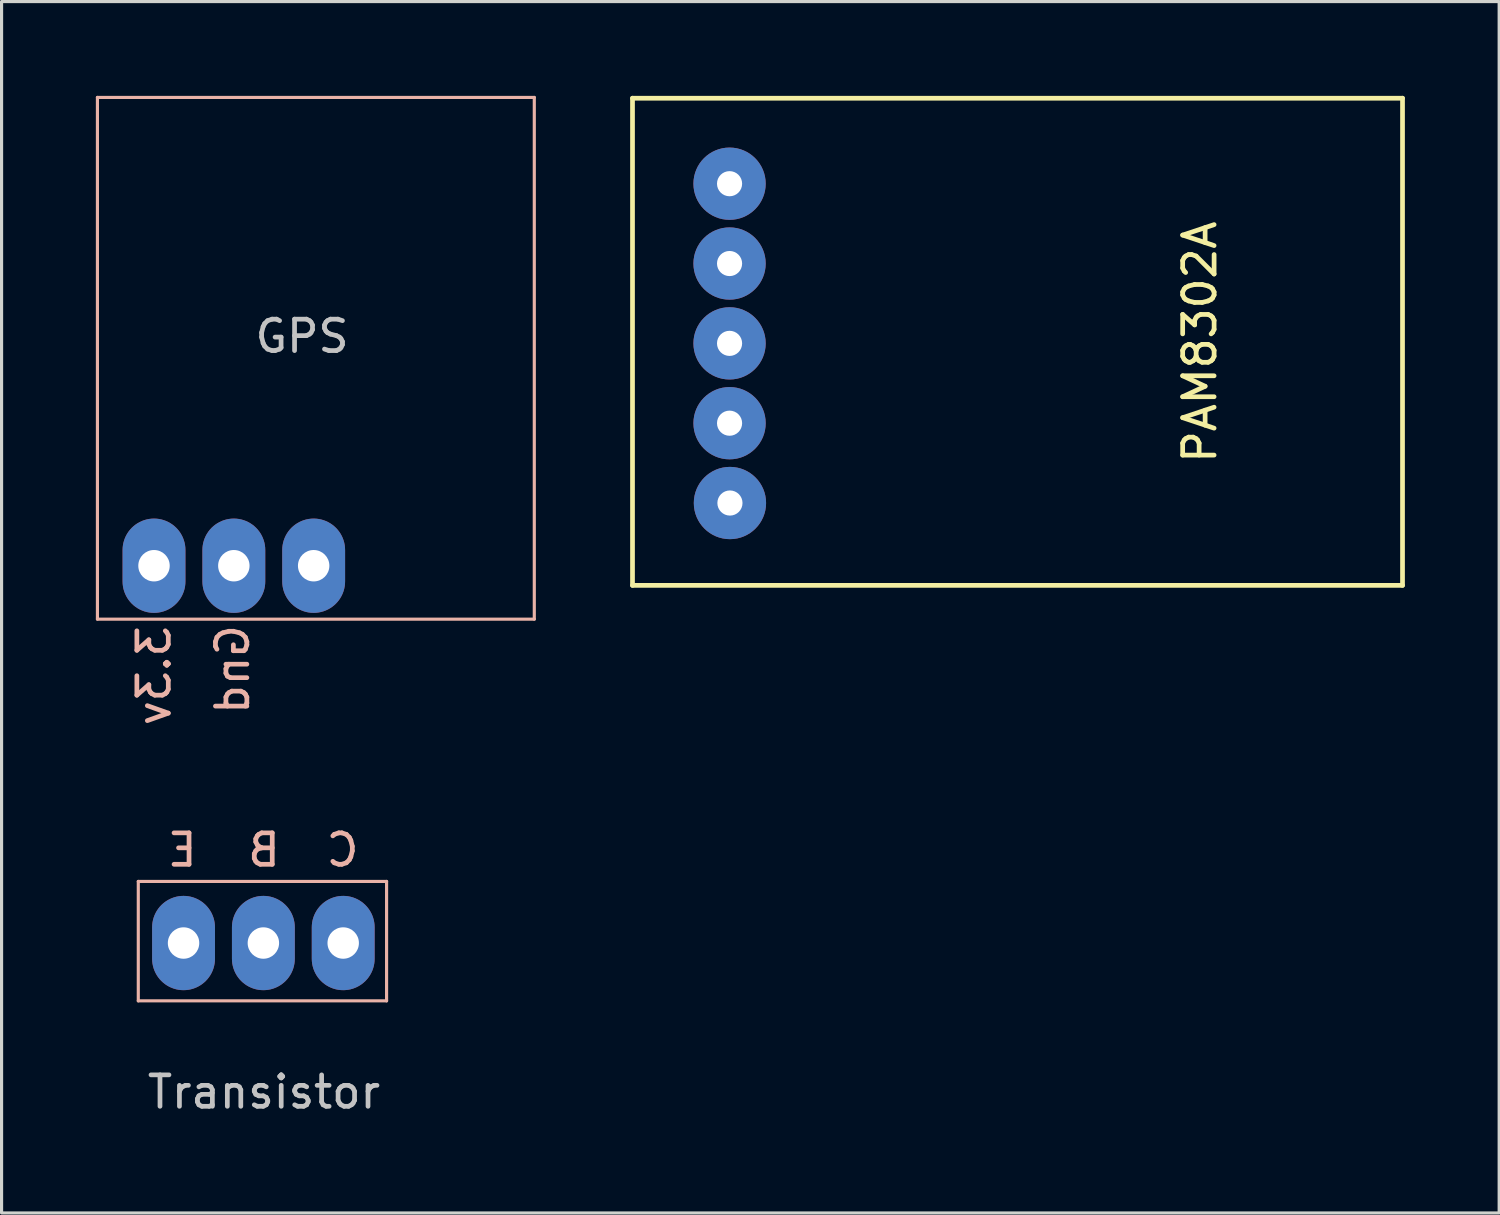
<source format=kicad_pcb>
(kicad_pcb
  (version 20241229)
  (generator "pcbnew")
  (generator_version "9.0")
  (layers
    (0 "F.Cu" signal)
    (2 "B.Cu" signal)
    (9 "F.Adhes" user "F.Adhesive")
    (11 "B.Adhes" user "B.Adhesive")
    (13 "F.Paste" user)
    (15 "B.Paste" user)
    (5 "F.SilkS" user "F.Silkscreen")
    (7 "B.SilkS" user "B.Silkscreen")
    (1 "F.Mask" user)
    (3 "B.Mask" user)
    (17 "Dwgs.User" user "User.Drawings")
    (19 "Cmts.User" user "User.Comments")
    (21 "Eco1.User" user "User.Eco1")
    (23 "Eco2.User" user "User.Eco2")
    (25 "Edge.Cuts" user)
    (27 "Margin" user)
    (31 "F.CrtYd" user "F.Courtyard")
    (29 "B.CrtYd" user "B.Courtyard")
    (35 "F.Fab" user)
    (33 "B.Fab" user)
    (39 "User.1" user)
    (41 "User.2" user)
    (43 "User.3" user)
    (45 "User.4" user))
  (footprint "GPS"
    (layer "F.Cu")
    (at 1.85 14.95)
    (property "Reference" "GPS" (at 4.71 -7.3 0) (layer "Dwgs.User") (effects (font (size 1 1) (thickness 0.15))))
    (attr through_hole)
    (fp_line (start -1.8 -14.9) (end 12.1 -14.9) (stroke (width 0.1) (type solid)) (layer "B.SilkS"))
    (fp_line (start -1.8 1.7) (end -1.8 -14.9) (stroke (width 0.1) (type solid)) (layer "B.SilkS"))
    (fp_line (start 12.1 -14.9) (end 12.1 1.7) (stroke (width 0.1) (type solid)) (layer "B.SilkS"))
    (fp_line (start 12.1 1.7) (end -1.8 1.7) (stroke (width 0.1) (type solid)) (layer "B.SilkS"))
    (fp_text user "Gnd" (at 2.5 3.3 90) (layer "B.SilkS") (effects (font (size 1 1) (thickness 0.15)) (justify mirror)))
    (fp_text user "3.3v" (at 0 3.5 90) (layer "B.SilkS") (effects (font (size 1 1) (thickness 0.15)) (justify mirror)))
    (pad "1" thru_hole oval (at 0 0) (size 2 3) (drill 1) (layers "*.Cu" "*.Paste" "*.Mask"))
    (pad "2" thru_hole oval (at 2.54 0) (size 2 3) (drill 1) (layers "*.Cu" "*.Paste" "*.Mask"))
    (pad "3" thru_hole oval (at 5.08 0) (size 2 3) (drill 1) (layers "*.Cu" "*.Paste" "*.Mask")))
  (footprint "PAM8302A"
    (layer "F.Cu")
    (at 28.875 7.875)
    (property "Reference" "PAM8302A" (at 6.25 -0.04 90) (layer "F.SilkS") (effects (font (size 1 1) (thickness 0.15))))
    (attr through_hole)
    (fp_line (start -11.8 -7.8) (end -11.8 7.7) (stroke (width 0.15) (type solid)) (layer "F.SilkS"))
    (fp_line (start 12.7 -7.8) (end -11.8 -7.8) (stroke (width 0.15) (type solid)) (layer "F.SilkS"))
    (fp_line (start 12.7 -7.8) (end 12.7 7.7) (stroke (width 0.15) (type solid)) (layer "F.SilkS"))
    (fp_line (start 12.7 7.7) (end -11.8 7.7) (stroke (width 0.15) (type solid)) (layer "F.SilkS"))
    (pad "1" thru_hole circle (at -8.712 0) (size 2.3 2.3) (drill 0.8) (layers "*.Cu" "*.Paste" "*.Mask"))
    (pad "3" thru_hole circle (at -8.712 -5.08) (size 2.3 2.3) (drill 0.8) (layers "*.Cu" "*.Paste" "*.Mask"))
    (pad "4" thru_hole circle (at -8.712 -2.54) (size 2.3 2.3) (drill 0.8) (layers "*.Cu" "*.Paste" "*.Mask"))
    (pad "6" thru_hole circle (at -8.712 2.54) (size 2.3 2.3) (drill 0.8) (layers "*.Cu" "*.Paste" "*.Mask"))
    (pad "7" thru_hole circle (at -8.7 5.08) (size 2.3 2.3) (drill 0.8) (layers "*.Cu" "*.Paste" "*.Mask")))
  (footprint "Transistor"
    (layer "F.Cu")
    (at 0.25 29.495)
    (property "Reference" "Transistor" (at 5.1 2.2 0) (layer "Dwgs.User") (effects (font (size 1 1) (thickness 0.15))))
    (attr through_hole)
    (fp_line (start 1.1 -4.5) (end 9 -4.5) (stroke (width 0.1) (type solid)) (layer "B.SilkS"))
    (fp_line (start 1.1 -0.7) (end 1.1 -4.5) (stroke (width 0.1) (type solid)) (layer "B.SilkS"))
    (fp_line (start 1.1 -0.7) (end 9 -0.7) (stroke (width 0.1) (type solid)) (layer "B.SilkS"))
    (fp_line (start 9 -0.7) (end 9 -4.5) (stroke (width 0.1) (type solid)) (layer "B.SilkS"))
    (fp_text user "B" (at 5.1 -5.5 0) (layer "B.SilkS") (effects (font (size 1 1) (thickness 0.15)) (justify mirror)))
    (fp_text user "C" (at 7.6 -5.5 0) (layer "B.SilkS") (effects (font (size 1 1) (thickness 0.15)) (justify mirror)))
    (fp_text user "E" (at 2.5 -5.5 0) (layer "B.SilkS") (effects (font (size 1 1) (thickness 0.15)) (justify mirror)))
    (pad "1" thru_hole oval (at 2.54 -2.54) (size 2 3) (drill 1) (layers "*.Cu" "*.Paste" "*.Mask"))
    (pad "2" thru_hole oval (at 5.08 -2.54) (size 2 3) (drill 1) (layers "*.Cu" "*.Paste" "*.Mask"))
    (pad "3" thru_hole oval (at 7.62 -2.54) (size 2 3) (drill 1) (layers "*.Cu" "*.Paste" "*.Mask")))
  (gr_rect
    (start -3 -3)
    (end 44.65 35.543)
    (stroke (width 0.1) (type default))
    (fill no)
    (layer "Edge.Cuts")))
</source>
